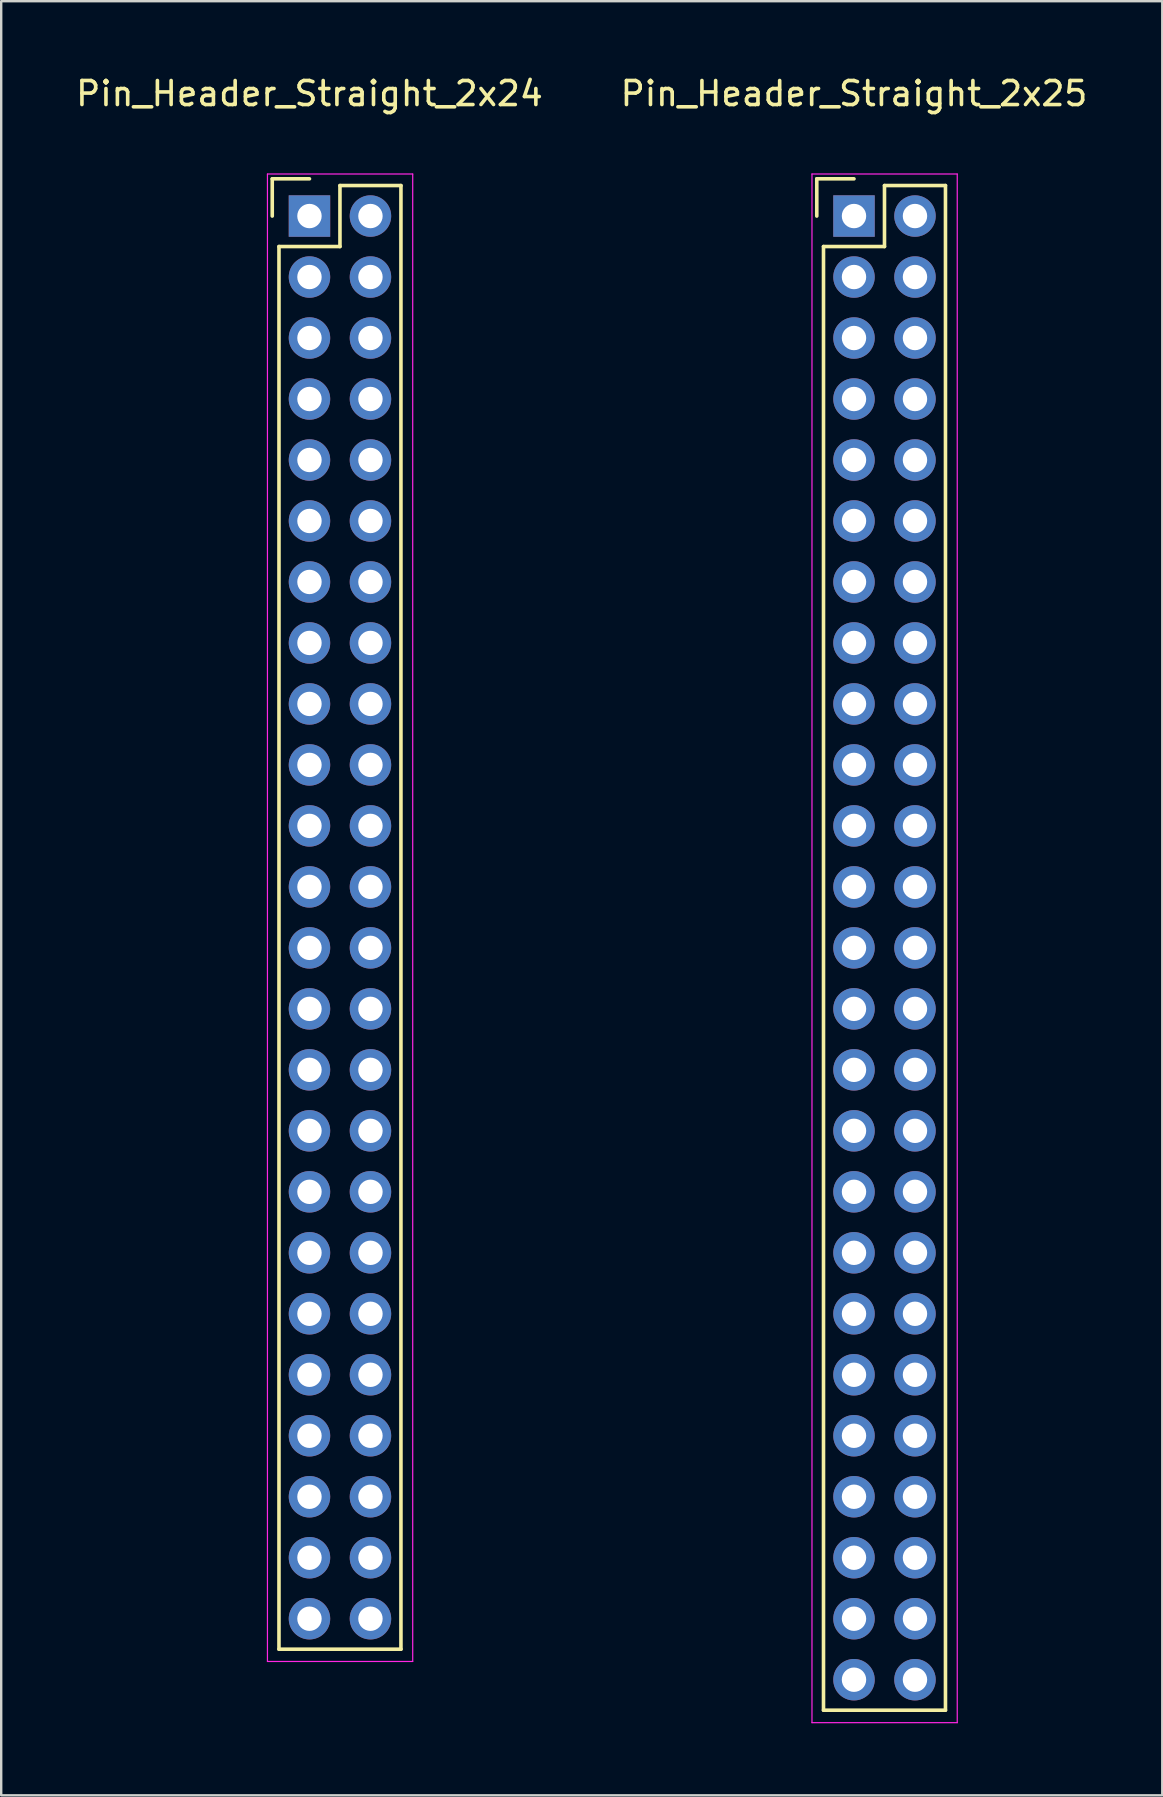
<source format=kicad_pcb>
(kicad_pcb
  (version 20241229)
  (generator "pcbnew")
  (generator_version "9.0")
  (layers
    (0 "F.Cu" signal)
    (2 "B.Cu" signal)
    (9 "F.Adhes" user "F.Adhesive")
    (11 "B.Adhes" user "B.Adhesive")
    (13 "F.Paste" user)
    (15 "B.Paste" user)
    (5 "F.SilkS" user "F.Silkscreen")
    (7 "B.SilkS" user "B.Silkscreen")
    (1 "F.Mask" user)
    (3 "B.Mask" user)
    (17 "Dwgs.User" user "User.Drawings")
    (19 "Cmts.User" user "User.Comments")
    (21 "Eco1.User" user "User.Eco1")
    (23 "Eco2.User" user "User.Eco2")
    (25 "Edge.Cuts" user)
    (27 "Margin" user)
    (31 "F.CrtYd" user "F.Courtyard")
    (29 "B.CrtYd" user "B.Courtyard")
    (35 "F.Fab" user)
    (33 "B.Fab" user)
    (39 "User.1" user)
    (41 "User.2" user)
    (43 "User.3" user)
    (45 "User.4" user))
  (footprint "Pin_Header_Straight_2x25"
    (layer "F.Cu")
    (at 32.518 5.948)
    (property "Reference" "Pin_Header_Straight_2x25" (at 0 -5.1 0) (layer "F.SilkS") (effects (font (size 1 1) (thickness 0.15))))
    (attr through_hole)
    (fp_line (start -1.55 -1.55) (end -1.55 0) (stroke (width 0.15) (type solid)) (layer "F.SilkS"))
    (fp_line (start -1.27 1.27) (end -1.27 62.23) (stroke (width 0.15) (type solid)) (layer "F.SilkS"))
    (fp_line (start 0 -1.55) (end -1.55 -1.55) (stroke (width 0.15) (type solid)) (layer "F.SilkS"))
    (fp_line (start 1.27 -1.27) (end 1.27 1.27) (stroke (width 0.15) (type solid)) (layer "F.SilkS"))
    (fp_line (start 1.27 1.27) (end -1.27 1.27) (stroke (width 0.15) (type solid)) (layer "F.SilkS"))
    (fp_line (start 3.81 -1.27) (end 1.27 -1.27) (stroke (width 0.15) (type solid)) (layer "F.SilkS"))
    (fp_line (start 3.81 62.23) (end -1.27 62.23) (stroke (width 0.15) (type solid)) (layer "F.SilkS"))
    (fp_line (start 3.81 62.23) (end 3.81 -1.27) (stroke (width 0.15) (type solid)) (layer "F.SilkS"))
    (fp_line (start -1.75 -1.75) (end -1.75 62.75) (stroke (width 0.05) (type solid)) (layer "F.CrtYd"))
    (fp_line (start -1.75 -1.75) (end 4.3 -1.75) (stroke (width 0.05) (type solid)) (layer "F.CrtYd"))
    (fp_line (start -1.75 62.75) (end 4.3 62.75) (stroke (width 0.05) (type solid)) (layer "F.CrtYd"))
    (fp_line (start 4.3 -1.75) (end 4.3 62.75) (stroke (width 0.05) (type solid)) (layer "F.CrtYd"))
    (pad "1" thru_hole rect (at 0 0) (size 1.727 1.727) (drill 1.016) (layers "*.Cu" "*.Mask"))
    (pad "2" thru_hole oval (at 2.54 0) (size 1.727 1.727) (drill 1.016) (layers "*.Cu" "*.Mask"))
    (pad "3" thru_hole oval (at 0 2.54) (size 1.727 1.727) (drill 1.016) (layers "*.Cu" "*.Mask"))
    (pad "4" thru_hole oval (at 2.54 2.54) (size 1.727 1.727) (drill 1.016) (layers "*.Cu" "*.Mask"))
    (pad "5" thru_hole oval (at 0 5.08) (size 1.727 1.727) (drill 1.016) (layers "*.Cu" "*.Mask"))
    (pad "6" thru_hole oval (at 2.54 5.08) (size 1.727 1.727) (drill 1.016) (layers "*.Cu" "*.Mask"))
    (pad "7" thru_hole oval (at 0 7.62) (size 1.727 1.727) (drill 1.016) (layers "*.Cu" "*.Mask"))
    (pad "8" thru_hole oval (at 2.54 7.62) (size 1.727 1.727) (drill 1.016) (layers "*.Cu" "*.Mask"))
    (pad "9" thru_hole oval (at 0 10.16) (size 1.727 1.727) (drill 1.016) (layers "*.Cu" "*.Mask"))
    (pad "10" thru_hole oval (at 2.54 10.16) (size 1.727 1.727) (drill 1.016) (layers "*.Cu" "*.Mask"))
    (pad "11" thru_hole oval (at 0 12.7) (size 1.727 1.727) (drill 1.016) (layers "*.Cu" "*.Mask"))
    (pad "12" thru_hole oval (at 2.54 12.7) (size 1.727 1.727) (drill 1.016) (layers "*.Cu" "*.Mask"))
    (pad "13" thru_hole oval (at 0 15.24) (size 1.727 1.727) (drill 1.016) (layers "*.Cu" "*.Mask"))
    (pad "14" thru_hole oval (at 2.54 15.24) (size 1.727 1.727) (drill 1.016) (layers "*.Cu" "*.Mask"))
    (pad "15" thru_hole oval (at 0 17.78) (size 1.727 1.727) (drill 1.016) (layers "*.Cu" "*.Mask"))
    (pad "16" thru_hole oval (at 2.54 17.78) (size 1.727 1.727) (drill 1.016) (layers "*.Cu" "*.Mask"))
    (pad "17" thru_hole oval (at 0 20.32) (size 1.727 1.727) (drill 1.016) (layers "*.Cu" "*.Mask"))
    (pad "18" thru_hole oval (at 2.54 20.32) (size 1.727 1.727) (drill 1.016) (layers "*.Cu" "*.Mask"))
    (pad "19" thru_hole oval (at 0 22.86) (size 1.727 1.727) (drill 1.016) (layers "*.Cu" "*.Mask"))
    (pad "20" thru_hole oval (at 2.54 22.86) (size 1.727 1.727) (drill 1.016) (layers "*.Cu" "*.Mask"))
    (pad "21" thru_hole oval (at 0 25.4) (size 1.727 1.727) (drill 1.016) (layers "*.Cu" "*.Mask"))
    (pad "22" thru_hole oval (at 2.54 25.4) (size 1.727 1.727) (drill 1.016) (layers "*.Cu" "*.Mask"))
    (pad "23" thru_hole oval (at 0 27.94) (size 1.727 1.727) (drill 1.016) (layers "*.Cu" "*.Mask"))
    (pad "24" thru_hole oval (at 2.54 27.94) (size 1.727 1.727) (drill 1.016) (layers "*.Cu" "*.Mask"))
    (pad "25" thru_hole oval (at 0 30.48) (size 1.727 1.727) (drill 1.016) (layers "*.Cu" "*.Mask"))
    (pad "26" thru_hole oval (at 2.54 30.48) (size 1.727 1.727) (drill 1.016) (layers "*.Cu" "*.Mask"))
    (pad "27" thru_hole oval (at 0 33.02) (size 1.727 1.727) (drill 1.016) (layers "*.Cu" "*.Mask"))
    (pad "28" thru_hole oval (at 2.54 33.02) (size 1.727 1.727) (drill 1.016) (layers "*.Cu" "*.Mask"))
    (pad "29" thru_hole oval (at 0 35.56) (size 1.727 1.727) (drill 1.016) (layers "*.Cu" "*.Mask"))
    (pad "30" thru_hole oval (at 2.54 35.56) (size 1.727 1.727) (drill 1.016) (layers "*.Cu" "*.Mask"))
    (pad "31" thru_hole oval (at 0 38.1) (size 1.727 1.727) (drill 1.016) (layers "*.Cu" "*.Mask"))
    (pad "32" thru_hole oval (at 2.54 38.1) (size 1.727 1.727) (drill 1.016) (layers "*.Cu" "*.Mask"))
    (pad "33" thru_hole oval (at 0 40.64) (size 1.727 1.727) (drill 1.016) (layers "*.Cu" "*.Mask"))
    (pad "34" thru_hole oval (at 2.54 40.64) (size 1.727 1.727) (drill 1.016) (layers "*.Cu" "*.Mask"))
    (pad "35" thru_hole oval (at 0 43.18) (size 1.727 1.727) (drill 1.016) (layers "*.Cu" "*.Mask"))
    (pad "36" thru_hole oval (at 2.54 43.18) (size 1.727 1.727) (drill 1.016) (layers "*.Cu" "*.Mask"))
    (pad "37" thru_hole oval (at 0 45.72) (size 1.727 1.727) (drill 1.016) (layers "*.Cu" "*.Mask"))
    (pad "38" thru_hole oval (at 2.54 45.72) (size 1.727 1.727) (drill 1.016) (layers "*.Cu" "*.Mask"))
    (pad "39" thru_hole oval (at 0 48.26) (size 1.727 1.727) (drill 1.016) (layers "*.Cu" "*.Mask"))
    (pad "40" thru_hole oval (at 2.54 48.26) (size 1.727 1.727) (drill 1.016) (layers "*.Cu" "*.Mask"))
    (pad "41" thru_hole oval (at 0 50.8) (size 1.727 1.727) (drill 1.016) (layers "*.Cu" "*.Mask"))
    (pad "42" thru_hole oval (at 2.54 50.8) (size 1.727 1.727) (drill 1.016) (layers "*.Cu" "*.Mask"))
    (pad "43" thru_hole oval (at 0 53.34) (size 1.727 1.727) (drill 1.016) (layers "*.Cu" "*.Mask"))
    (pad "44" thru_hole oval (at 2.54 53.34) (size 1.727 1.727) (drill 1.016) (layers "*.Cu" "*.Mask"))
    (pad "45" thru_hole oval (at 0 55.88) (size 1.727 1.727) (drill 1.016) (layers "*.Cu" "*.Mask"))
    (pad "46" thru_hole oval (at 2.54 55.88) (size 1.727 1.727) (drill 1.016) (layers "*.Cu" "*.Mask"))
    (pad "47" thru_hole oval (at 0 58.42) (size 1.727 1.727) (drill 1.016) (layers "*.Cu" "*.Mask"))
    (pad "48" thru_hole oval (at 2.54 58.42) (size 1.727 1.727) (drill 1.016) (layers "*.Cu" "*.Mask"))
    (pad "49" thru_hole oval (at 0 60.96) (size 1.727 1.727) (drill 1.016) (layers "*.Cu" "*.Mask"))
    (pad "50" thru_hole oval (at 2.54 60.96) (size 1.727 1.727) (drill 1.016) (layers "*.Cu" "*.Mask")))
  (footprint "Pin_Header_Straight_2x24"
    (layer "F.Cu")
    (at 9.839 5.948)
    (property "Reference" "Pin_Header_Straight_2x24" (at 0 -5.1 0) (layer "F.SilkS") (effects (font (size 1 1) (thickness 0.15))))
    (attr through_hole)
    (fp_line (start -1.55 -1.55) (end -1.55 0) (stroke (width 0.15) (type solid)) (layer "F.SilkS"))
    (fp_line (start -1.27 1.27) (end -1.27 59.69) (stroke (width 0.15) (type solid)) (layer "F.SilkS"))
    (fp_line (start 0 -1.55) (end -1.55 -1.55) (stroke (width 0.15) (type solid)) (layer "F.SilkS"))
    (fp_line (start 1.27 -1.27) (end 1.27 1.27) (stroke (width 0.15) (type solid)) (layer "F.SilkS"))
    (fp_line (start 1.27 1.27) (end -1.27 1.27) (stroke (width 0.15) (type solid)) (layer "F.SilkS"))
    (fp_line (start 3.81 -1.27) (end 1.27 -1.27) (stroke (width 0.15) (type solid)) (layer "F.SilkS"))
    (fp_line (start 3.81 59.69) (end -1.27 59.69) (stroke (width 0.15) (type solid)) (layer "F.SilkS"))
    (fp_line (start 3.81 59.69) (end 3.81 -1.27) (stroke (width 0.15) (type solid)) (layer "F.SilkS"))
    (fp_line (start -1.75 -1.75) (end -1.75 60.2) (stroke (width 0.05) (type solid)) (layer "F.CrtYd"))
    (fp_line (start -1.75 -1.75) (end 4.3 -1.75) (stroke (width 0.05) (type solid)) (layer "F.CrtYd"))
    (fp_line (start -1.75 60.2) (end 4.3 60.2) (stroke (width 0.05) (type solid)) (layer "F.CrtYd"))
    (fp_line (start 4.3 -1.75) (end 4.3 60.2) (stroke (width 0.05) (type solid)) (layer "F.CrtYd"))
    (pad "1" thru_hole rect (at 0 0) (size 1.727 1.727) (drill 1.016) (layers "*.Cu" "*.Mask"))
    (pad "2" thru_hole oval (at 2.54 0) (size 1.727 1.727) (drill 1.016) (layers "*.Cu" "*.Mask"))
    (pad "3" thru_hole oval (at 0 2.54) (size 1.727 1.727) (drill 1.016) (layers "*.Cu" "*.Mask"))
    (pad "4" thru_hole oval (at 2.54 2.54) (size 1.727 1.727) (drill 1.016) (layers "*.Cu" "*.Mask"))
    (pad "5" thru_hole oval (at 0 5.08) (size 1.727 1.727) (drill 1.016) (layers "*.Cu" "*.Mask"))
    (pad "6" thru_hole oval (at 2.54 5.08) (size 1.727 1.727) (drill 1.016) (layers "*.Cu" "*.Mask"))
    (pad "7" thru_hole oval (at 0 7.62) (size 1.727 1.727) (drill 1.016) (layers "*.Cu" "*.Mask"))
    (pad "8" thru_hole oval (at 2.54 7.62) (size 1.727 1.727) (drill 1.016) (layers "*.Cu" "*.Mask"))
    (pad "9" thru_hole oval (at 0 10.16) (size 1.727 1.727) (drill 1.016) (layers "*.Cu" "*.Mask"))
    (pad "10" thru_hole oval (at 2.54 10.16) (size 1.727 1.727) (drill 1.016) (layers "*.Cu" "*.Mask"))
    (pad "11" thru_hole oval (at 0 12.7) (size 1.727 1.727) (drill 1.016) (layers "*.Cu" "*.Mask"))
    (pad "12" thru_hole oval (at 2.54 12.7) (size 1.727 1.727) (drill 1.016) (layers "*.Cu" "*.Mask"))
    (pad "13" thru_hole oval (at 0 15.24) (size 1.727 1.727) (drill 1.016) (layers "*.Cu" "*.Mask"))
    (pad "14" thru_hole oval (at 2.54 15.24) (size 1.727 1.727) (drill 1.016) (layers "*.Cu" "*.Mask"))
    (pad "15" thru_hole oval (at 0 17.78) (size 1.727 1.727) (drill 1.016) (layers "*.Cu" "*.Mask"))
    (pad "16" thru_hole oval (at 2.54 17.78) (size 1.727 1.727) (drill 1.016) (layers "*.Cu" "*.Mask"))
    (pad "17" thru_hole oval (at 0 20.32) (size 1.727 1.727) (drill 1.016) (layers "*.Cu" "*.Mask"))
    (pad "18" thru_hole oval (at 2.54 20.32) (size 1.727 1.727) (drill 1.016) (layers "*.Cu" "*.Mask"))
    (pad "19" thru_hole oval (at 0 22.86) (size 1.727 1.727) (drill 1.016) (layers "*.Cu" "*.Mask"))
    (pad "20" thru_hole oval (at 2.54 22.86) (size 1.727 1.727) (drill 1.016) (layers "*.Cu" "*.Mask"))
    (pad "21" thru_hole oval (at 0 25.4) (size 1.727 1.727) (drill 1.016) (layers "*.Cu" "*.Mask"))
    (pad "22" thru_hole oval (at 2.54 25.4) (size 1.727 1.727) (drill 1.016) (layers "*.Cu" "*.Mask"))
    (pad "23" thru_hole oval (at 0 27.94) (size 1.727 1.727) (drill 1.016) (layers "*.Cu" "*.Mask"))
    (pad "24" thru_hole oval (at 2.54 27.94) (size 1.727 1.727) (drill 1.016) (layers "*.Cu" "*.Mask"))
    (pad "25" thru_hole oval (at 0 30.48) (size 1.727 1.727) (drill 1.016) (layers "*.Cu" "*.Mask"))
    (pad "26" thru_hole oval (at 2.54 30.48) (size 1.727 1.727) (drill 1.016) (layers "*.Cu" "*.Mask"))
    (pad "27" thru_hole oval (at 0 33.02) (size 1.727 1.727) (drill 1.016) (layers "*.Cu" "*.Mask"))
    (pad "28" thru_hole oval (at 2.54 33.02) (size 1.727 1.727) (drill 1.016) (layers "*.Cu" "*.Mask"))
    (pad "29" thru_hole oval (at 0 35.56) (size 1.727 1.727) (drill 1.016) (layers "*.Cu" "*.Mask"))
    (pad "30" thru_hole oval (at 2.54 35.56) (size 1.727 1.727) (drill 1.016) (layers "*.Cu" "*.Mask"))
    (pad "31" thru_hole oval (at 0 38.1) (size 1.727 1.727) (drill 1.016) (layers "*.Cu" "*.Mask"))
    (pad "32" thru_hole oval (at 2.54 38.1) (size 1.727 1.727) (drill 1.016) (layers "*.Cu" "*.Mask"))
    (pad "33" thru_hole oval (at 0 40.64) (size 1.727 1.727) (drill 1.016) (layers "*.Cu" "*.Mask"))
    (pad "34" thru_hole oval (at 2.54 40.64) (size 1.727 1.727) (drill 1.016) (layers "*.Cu" "*.Mask"))
    (pad "35" thru_hole oval (at 0 43.18) (size 1.727 1.727) (drill 1.016) (layers "*.Cu" "*.Mask"))
    (pad "36" thru_hole oval (at 2.54 43.18) (size 1.727 1.727) (drill 1.016) (layers "*.Cu" "*.Mask"))
    (pad "37" thru_hole oval (at 0 45.72) (size 1.727 1.727) (drill 1.016) (layers "*.Cu" "*.Mask"))
    (pad "38" thru_hole oval (at 2.54 45.72) (size 1.727 1.727) (drill 1.016) (layers "*.Cu" "*.Mask"))
    (pad "39" thru_hole oval (at 0 48.26) (size 1.727 1.727) (drill 1.016) (layers "*.Cu" "*.Mask"))
    (pad "40" thru_hole oval (at 2.54 48.26) (size 1.727 1.727) (drill 1.016) (layers "*.Cu" "*.Mask"))
    (pad "41" thru_hole oval (at 0 50.8) (size 1.727 1.727) (drill 1.016) (layers "*.Cu" "*.Mask"))
    (pad "42" thru_hole oval (at 2.54 50.8) (size 1.727 1.727) (drill 1.016) (layers "*.Cu" "*.Mask"))
    (pad "43" thru_hole oval (at 0 53.34) (size 1.727 1.727) (drill 1.016) (layers "*.Cu" "*.Mask"))
    (pad "44" thru_hole oval (at 2.54 53.34) (size 1.727 1.727) (drill 1.016) (layers "*.Cu" "*.Mask"))
    (pad "45" thru_hole oval (at 0 55.88) (size 1.727 1.727) (drill 1.016) (layers "*.Cu" "*.Mask"))
    (pad "46" thru_hole oval (at 2.54 55.88) (size 1.727 1.727) (drill 1.016) (layers "*.Cu" "*.Mask"))
    (pad "47" thru_hole oval (at 0 58.42) (size 1.727 1.727) (drill 1.016) (layers "*.Cu" "*.Mask"))
    (pad "48" thru_hole oval (at 2.54 58.42) (size 1.727 1.727) (drill 1.016) (layers "*.Cu" "*.Mask")))
  (gr_rect
    (start -3 -3)
    (end 45.357 71.723)
    (stroke (width 0.1) (type default))
    (fill no)
    (layer "Edge.Cuts")))
</source>
